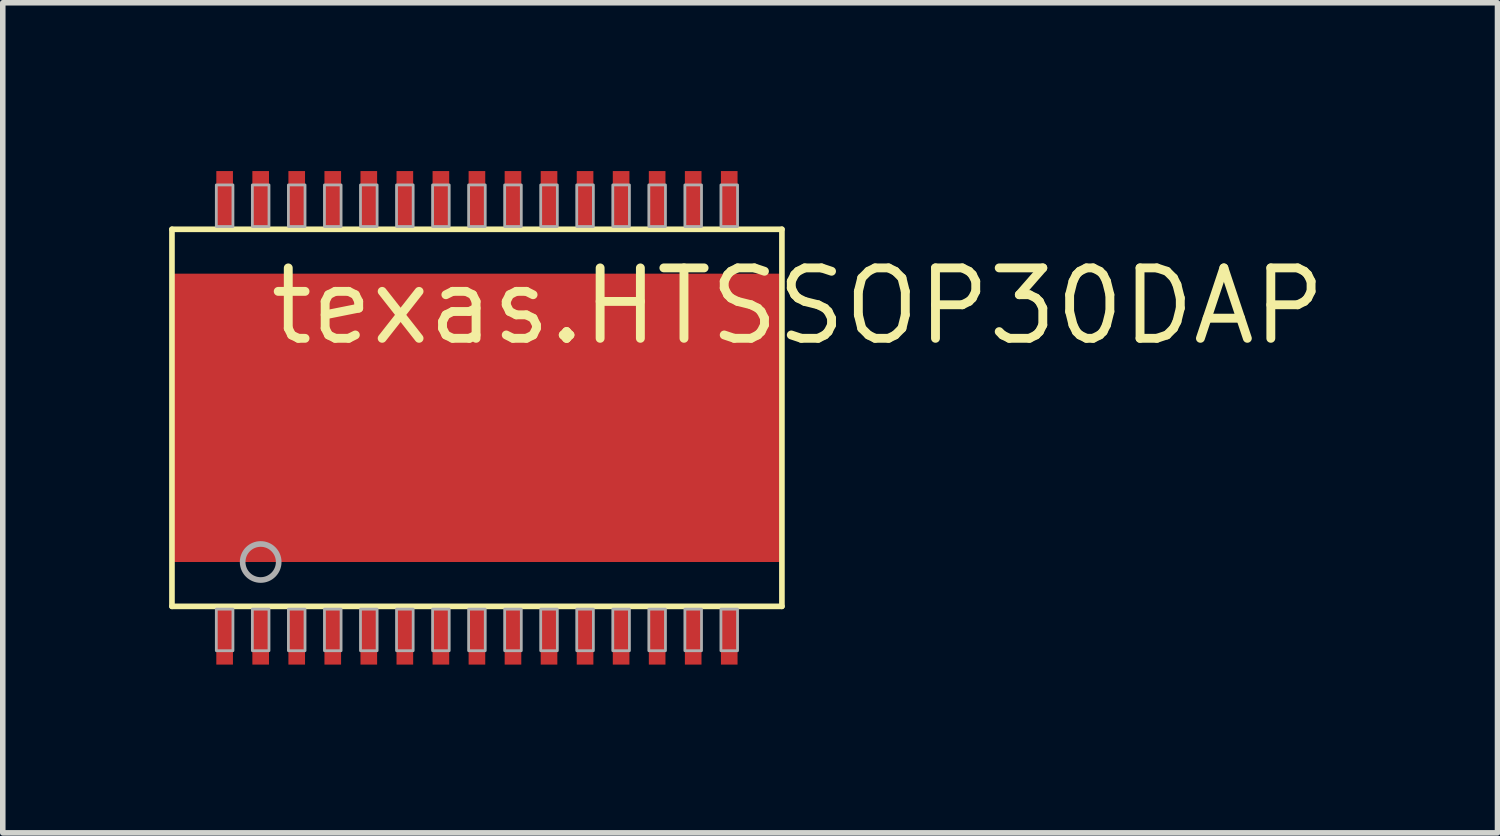
<source format=kicad_pcb>
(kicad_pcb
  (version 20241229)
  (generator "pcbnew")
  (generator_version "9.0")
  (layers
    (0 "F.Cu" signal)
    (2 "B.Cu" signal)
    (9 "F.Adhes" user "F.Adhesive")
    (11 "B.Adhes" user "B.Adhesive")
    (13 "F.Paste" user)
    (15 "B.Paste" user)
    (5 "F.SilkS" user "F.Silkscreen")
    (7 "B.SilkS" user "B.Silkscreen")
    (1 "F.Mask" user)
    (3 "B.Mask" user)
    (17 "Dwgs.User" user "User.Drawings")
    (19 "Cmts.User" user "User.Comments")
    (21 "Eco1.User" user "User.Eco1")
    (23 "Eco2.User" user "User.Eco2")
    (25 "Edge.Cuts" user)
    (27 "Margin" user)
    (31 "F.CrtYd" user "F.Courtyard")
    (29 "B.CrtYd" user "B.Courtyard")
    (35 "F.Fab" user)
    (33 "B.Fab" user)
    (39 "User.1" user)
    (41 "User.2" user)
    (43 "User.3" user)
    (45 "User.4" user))
  (footprint "texas.HTSSOP30DAP"
    (layer "F.Cu")
    (at 5.551 4.485)
    (property "Reference" "texas.HTSSOP30DAP" (at -3.81 -1.27 0) (layer "F.SilkS") (effects (font (size 1.27 1.27) (thickness 0.16)) (justify left bottom)))
    (attr smd)
    (fp_rect (start -5.5 2.6) (end 5.5 -2.6) (stroke (width 0.05) (type default)) (fill yes) (layer "F.Mask"))
    (fp_rect (start -4.71 -3.44) (end -4.39 -4.46) (stroke (width 0.05) (type default)) (fill yes) (layer "F.Mask"))
    (fp_rect (start -4.71 4.46) (end -4.39 3.44) (stroke (width 0.05) (type default)) (fill yes) (layer "F.Mask"))
    (fp_rect (start -4.695 -3.455) (end -4.405 -4.445) (stroke (width 0.05) (type default)) (fill yes) (layer "F.Mask"))
    (fp_rect (start -4.695 4.445) (end -4.405 3.455) (stroke (width 0.05) (type default)) (fill yes) (layer "F.Mask"))
    (fp_rect (start -4.06 -3.44) (end -3.74 -4.46) (stroke (width 0.05) (type default)) (fill yes) (layer "F.Mask"))
    (fp_rect (start -4.06 4.46) (end -3.74 3.44) (stroke (width 0.05) (type default)) (fill yes) (layer "F.Mask"))
    (fp_rect (start -4.045 -3.455) (end -3.755 -4.445) (stroke (width 0.05) (type default)) (fill yes) (layer "F.Mask"))
    (fp_rect (start -4.045 4.445) (end -3.755 3.455) (stroke (width 0.05) (type default)) (fill yes) (layer "F.Mask"))
    (fp_rect (start -3.41 -3.44) (end -3.09 -4.46) (stroke (width 0.05) (type default)) (fill yes) (layer "F.Mask"))
    (fp_rect (start -3.41 4.46) (end -3.09 3.44) (stroke (width 0.05) (type default)) (fill yes) (layer "F.Mask"))
    (fp_rect (start -3.395 -3.455) (end -3.105 -4.445) (stroke (width 0.05) (type default)) (fill yes) (layer "F.Mask"))
    (fp_rect (start -3.395 4.445) (end -3.105 3.455) (stroke (width 0.05) (type default)) (fill yes) (layer "F.Mask"))
    (fp_rect (start -2.76 -3.44) (end -2.44 -4.46) (stroke (width 0.05) (type default)) (fill yes) (layer "F.Mask"))
    (fp_rect (start -2.76 4.46) (end -2.44 3.44) (stroke (width 0.05) (type default)) (fill yes) (layer "F.Mask"))
    (fp_rect (start -2.745 -3.455) (end -2.455 -4.445) (stroke (width 0.05) (type default)) (fill yes) (layer "F.Mask"))
    (fp_rect (start -2.745 4.445) (end -2.455 3.455) (stroke (width 0.05) (type default)) (fill yes) (layer "F.Mask"))
    (fp_rect (start -2.11 -3.44) (end -1.79 -4.46) (stroke (width 0.05) (type default)) (fill yes) (layer "F.Mask"))
    (fp_rect (start -2.11 4.46) (end -1.79 3.44) (stroke (width 0.05) (type default)) (fill yes) (layer "F.Mask"))
    (fp_rect (start -2.095 -3.455) (end -1.805 -4.445) (stroke (width 0.05) (type default)) (fill yes) (layer "F.Mask"))
    (fp_rect (start -2.095 4.445) (end -1.805 3.455) (stroke (width 0.05) (type default)) (fill yes) (layer "F.Mask"))
    (fp_rect (start -1.46 -3.44) (end -1.14 -4.46) (stroke (width 0.05) (type default)) (fill yes) (layer "F.Mask"))
    (fp_rect (start -1.46 4.46) (end -1.14 3.44) (stroke (width 0.05) (type default)) (fill yes) (layer "F.Mask"))
    (fp_rect (start -1.445 -3.455) (end -1.155 -4.445) (stroke (width 0.05) (type default)) (fill yes) (layer "F.Mask"))
    (fp_rect (start -1.445 4.445) (end -1.155 3.455) (stroke (width 0.05) (type default)) (fill yes) (layer "F.Mask"))
    (fp_rect (start -0.81 -3.44) (end -0.49 -4.46) (stroke (width 0.05) (type default)) (fill yes) (layer "F.Mask"))
    (fp_rect (start -0.81 4.46) (end -0.49 3.44) (stroke (width 0.05) (type default)) (fill yes) (layer "F.Mask"))
    (fp_rect (start -0.795 -3.455) (end -0.505 -4.445) (stroke (width 0.05) (type default)) (fill yes) (layer "F.Mask"))
    (fp_rect (start -0.795 4.445) (end -0.505 3.455) (stroke (width 0.05) (type default)) (fill yes) (layer "F.Mask"))
    (fp_rect (start -0.16 -3.44) (end 0.16 -4.46) (stroke (width 0.05) (type default)) (fill yes) (layer "F.Mask"))
    (fp_rect (start -0.16 4.46) (end 0.16 3.44) (stroke (width 0.05) (type default)) (fill yes) (layer "F.Mask"))
    (fp_rect (start -0.145 -3.455) (end 0.145 -4.445) (stroke (width 0.05) (type default)) (fill yes) (layer "F.Mask"))
    (fp_rect (start -0.145 4.445) (end 0.145 3.455) (stroke (width 0.05) (type default)) (fill yes) (layer "F.Mask"))
    (fp_rect (start 0.49 -3.44) (end 0.81 -4.46) (stroke (width 0.05) (type default)) (fill yes) (layer "F.Mask"))
    (fp_rect (start 0.49 4.46) (end 0.81 3.44) (stroke (width 0.05) (type default)) (fill yes) (layer "F.Mask"))
    (fp_rect (start 0.505 -3.455) (end 0.795 -4.445) (stroke (width 0.05) (type default)) (fill yes) (layer "F.Mask"))
    (fp_rect (start 0.505 4.445) (end 0.795 3.455) (stroke (width 0.05) (type default)) (fill yes) (layer "F.Mask"))
    (fp_rect (start 1.14 -3.44) (end 1.46 -4.46) (stroke (width 0.05) (type default)) (fill yes) (layer "F.Mask"))
    (fp_rect (start 1.14 4.46) (end 1.46 3.44) (stroke (width 0.05) (type default)) (fill yes) (layer "F.Mask"))
    (fp_rect (start 1.155 -3.455) (end 1.445 -4.445) (stroke (width 0.05) (type default)) (fill yes) (layer "F.Mask"))
    (fp_rect (start 1.155 4.445) (end 1.445 3.455) (stroke (width 0.05) (type default)) (fill yes) (layer "F.Mask"))
    (fp_rect (start 1.79 -3.44) (end 2.11 -4.46) (stroke (width 0.05) (type default)) (fill yes) (layer "F.Mask"))
    (fp_rect (start 1.79 4.46) (end 2.11 3.44) (stroke (width 0.05) (type default)) (fill yes) (layer "F.Mask"))
    (fp_rect (start 1.805 -3.455) (end 2.095 -4.445) (stroke (width 0.05) (type default)) (fill yes) (layer "F.Mask"))
    (fp_rect (start 1.805 4.445) (end 2.095 3.455) (stroke (width 0.05) (type default)) (fill yes) (layer "F.Mask"))
    (fp_rect (start 2.44 -3.44) (end 2.76 -4.46) (stroke (width 0.05) (type default)) (fill yes) (layer "F.Mask"))
    (fp_rect (start 2.44 4.46) (end 2.76 3.44) (stroke (width 0.05) (type default)) (fill yes) (layer "F.Mask"))
    (fp_rect (start 2.455 -3.455) (end 2.745 -4.445) (stroke (width 0.05) (type default)) (fill yes) (layer "F.Mask"))
    (fp_rect (start 2.455 4.445) (end 2.745 3.455) (stroke (width 0.05) (type default)) (fill yes) (layer "F.Mask"))
    (fp_rect (start 3.09 -3.44) (end 3.41 -4.46) (stroke (width 0.05) (type default)) (fill yes) (layer "F.Mask"))
    (fp_rect (start 3.09 4.46) (end 3.41 3.44) (stroke (width 0.05) (type default)) (fill yes) (layer "F.Mask"))
    (fp_rect (start 3.105 -3.455) (end 3.395 -4.445) (stroke (width 0.05) (type default)) (fill yes) (layer "F.Mask"))
    (fp_rect (start 3.105 4.445) (end 3.395 3.455) (stroke (width 0.05) (type default)) (fill yes) (layer "F.Mask"))
    (fp_rect (start 3.74 -3.44) (end 4.06 -4.46) (stroke (width 0.05) (type default)) (fill yes) (layer "F.Mask"))
    (fp_rect (start 3.74 4.46) (end 4.06 3.44) (stroke (width 0.05) (type default)) (fill yes) (layer "F.Mask"))
    (fp_rect (start 3.755 -3.455) (end 4.045 -4.445) (stroke (width 0.05) (type default)) (fill yes) (layer "F.Mask"))
    (fp_rect (start 3.755 4.445) (end 4.045 3.455) (stroke (width 0.05) (type default)) (fill yes) (layer "F.Mask"))
    (fp_rect (start 4.39 -3.44) (end 4.71 -4.46) (stroke (width 0.05) (type default)) (fill yes) (layer "F.Mask"))
    (fp_rect (start 4.39 4.46) (end 4.71 3.44) (stroke (width 0.05) (type default)) (fill yes) (layer "F.Mask"))
    (fp_rect (start 4.405 -3.455) (end 4.695 -4.445) (stroke (width 0.05) (type default)) (fill yes) (layer "F.Mask"))
    (fp_rect (start 4.405 4.445) (end 4.695 3.455) (stroke (width 0.05) (type default)) (fill yes) (layer "F.Mask"))
    (fp_line (start -5.5 -3.4) (end 5.5 -3.4) (stroke (width 0.102) (type default)) (layer "F.SilkS"))
    (fp_line (start -5.5 3.4) (end -5.5 -3.4) (stroke (width 0.102) (type default)) (layer "F.SilkS"))
    (fp_line (start 5.5 -3.4) (end 5.5 3.4) (stroke (width 0.102) (type default)) (layer "F.SilkS"))
    (fp_line (start 5.5 3.4) (end -5.5 3.4) (stroke (width 0.102) (type default)) (layer "F.SilkS"))
    (fp_rect (start -4.7 -3.45) (end -4.4 -4.2) (stroke (width 0.05) (type default)) (fill no) (layer "F.Fab"))
    (fp_rect (start -4.7 4.2) (end -4.4 3.45) (stroke (width 0.05) (type default)) (fill no) (layer "F.Fab"))
    (fp_rect (start -4.05 -3.45) (end -3.75 -4.2) (stroke (width 0.05) (type default)) (fill no) (layer "F.Fab"))
    (fp_rect (start -4.05 4.2) (end -3.75 3.45) (stroke (width 0.05) (type default)) (fill no) (layer "F.Fab"))
    (fp_rect (start -3.4 -3.45) (end -3.1 -4.2) (stroke (width 0.05) (type default)) (fill no) (layer "F.Fab"))
    (fp_rect (start -3.4 4.2) (end -3.1 3.45) (stroke (width 0.05) (type default)) (fill no) (layer "F.Fab"))
    (fp_rect (start -2.75 -3.45) (end -2.45 -4.2) (stroke (width 0.05) (type default)) (fill no) (layer "F.Fab"))
    (fp_rect (start -2.75 4.2) (end -2.45 3.45) (stroke (width 0.05) (type default)) (fill no) (layer "F.Fab"))
    (fp_rect (start -2.1 -3.45) (end -1.8 -4.2) (stroke (width 0.05) (type default)) (fill no) (layer "F.Fab"))
    (fp_rect (start -2.1 4.2) (end -1.8 3.45) (stroke (width 0.05) (type default)) (fill no) (layer "F.Fab"))
    (fp_rect (start -1.45 -3.45) (end -1.15 -4.2) (stroke (width 0.05) (type default)) (fill no) (layer "F.Fab"))
    (fp_rect (start -1.45 4.2) (end -1.15 3.45) (stroke (width 0.05) (type default)) (fill no) (layer "F.Fab"))
    (fp_rect (start -0.8 -3.45) (end -0.5 -4.2) (stroke (width 0.05) (type default)) (fill no) (layer "F.Fab"))
    (fp_rect (start -0.8 4.2) (end -0.5 3.45) (stroke (width 0.05) (type default)) (fill no) (layer "F.Fab"))
    (fp_rect (start -0.15 -3.45) (end 0.15 -4.2) (stroke (width 0.05) (type default)) (fill no) (layer "F.Fab"))
    (fp_rect (start -0.15 4.2) (end 0.15 3.45) (stroke (width 0.05) (type default)) (fill no) (layer "F.Fab"))
    (fp_rect (start 0.5 -3.45) (end 0.8 -4.2) (stroke (width 0.05) (type default)) (fill no) (layer "F.Fab"))
    (fp_rect (start 0.5 4.2) (end 0.8 3.45) (stroke (width 0.05) (type default)) (fill no) (layer "F.Fab"))
    (fp_rect (start 1.15 -3.45) (end 1.45 -4.2) (stroke (width 0.05) (type default)) (fill no) (layer "F.Fab"))
    (fp_rect (start 1.15 4.2) (end 1.45 3.45) (stroke (width 0.05) (type default)) (fill no) (layer "F.Fab"))
    (fp_rect (start 1.8 -3.45) (end 2.1 -4.2) (stroke (width 0.05) (type default)) (fill no) (layer "F.Fab"))
    (fp_rect (start 1.8 4.2) (end 2.1 3.45) (stroke (width 0.05) (type default)) (fill no) (layer "F.Fab"))
    (fp_rect (start 2.45 -3.45) (end 2.75 -4.2) (stroke (width 0.05) (type default)) (fill no) (layer "F.Fab"))
    (fp_rect (start 2.45 4.2) (end 2.75 3.45) (stroke (width 0.05) (type default)) (fill no) (layer "F.Fab"))
    (fp_rect (start 3.1 -3.45) (end 3.4 -4.2) (stroke (width 0.05) (type default)) (fill no) (layer "F.Fab"))
    (fp_rect (start 3.1 4.2) (end 3.4 3.45) (stroke (width 0.05) (type default)) (fill no) (layer "F.Fab"))
    (fp_rect (start 3.75 -3.45) (end 4.05 -4.2) (stroke (width 0.05) (type default)) (fill no) (layer "F.Fab"))
    (fp_rect (start 3.75 4.2) (end 4.05 3.45) (stroke (width 0.05) (type default)) (fill no) (layer "F.Fab"))
    (fp_rect (start 4.4 -3.45) (end 4.7 -4.2) (stroke (width 0.05) (type default)) (fill no) (layer "F.Fab"))
    (fp_rect (start 4.4 4.2) (end 4.7 3.45) (stroke (width 0.05) (type default)) (fill no) (layer "F.Fab"))
    (fp_circle (center -3.9 2.6) (end -3.575 2.6) (stroke (width 0.102) (type default)) (fill no) (layer "F.Fab"))
    (pad "1" smd roundrect (at -4.55 3.95) (size 0.3 1) (layers "F.Cu" "F.Mask" "F.Paste") (roundrect_rratio 0.01))
    (pad "2" smd roundrect (at -3.9 3.95) (size 0.3 1) (layers "F.Cu" "F.Mask" "F.Paste") (roundrect_rratio 0.01))
    (pad "3" smd roundrect (at -3.25 3.95) (size 0.3 1) (layers "F.Cu" "F.Mask" "F.Paste") (roundrect_rratio 0.01))
    (pad "4" smd roundrect (at -2.6 3.95) (size 0.3 1) (layers "F.Cu" "F.Mask" "F.Paste") (roundrect_rratio 0.01))
    (pad "5" smd roundrect (at -1.95 3.95) (size 0.3 1) (layers "F.Cu" "F.Mask" "F.Paste") (roundrect_rratio 0.01))
    (pad "6" smd roundrect (at -1.3 3.95) (size 0.3 1) (layers "F.Cu" "F.Mask" "F.Paste") (roundrect_rratio 0.01))
    (pad "7" smd roundrect (at -0.65 3.95) (size 0.3 1) (layers "F.Cu" "F.Mask" "F.Paste") (roundrect_rratio 0.01))
    (pad "8" smd roundrect (at 0 3.95) (size 0.3 1) (layers "F.Cu" "F.Mask" "F.Paste") (roundrect_rratio 0.01))
    (pad "9" smd roundrect (at 0.65 3.95) (size 0.3 1) (layers "F.Cu" "F.Mask" "F.Paste") (roundrect_rratio 0.01))
    (pad "10" smd roundrect (at 1.3 3.95) (size 0.3 1) (layers "F.Cu" "F.Mask" "F.Paste") (roundrect_rratio 0.01))
    (pad "11" smd roundrect (at 1.95 3.95) (size 0.3 1) (layers "F.Cu" "F.Mask" "F.Paste") (roundrect_rratio 0.01))
    (pad "12" smd roundrect (at 2.6 3.95) (size 0.3 1) (layers "F.Cu" "F.Mask" "F.Paste") (roundrect_rratio 0.01))
    (pad "13" smd roundrect (at 3.25 3.95) (size 0.3 1) (layers "F.Cu" "F.Mask" "F.Paste") (roundrect_rratio 0.01))
    (pad "14" smd roundrect (at 3.9 3.95) (size 0.3 1) (layers "F.Cu" "F.Mask" "F.Paste") (roundrect_rratio 0.01))
    (pad "15" smd roundrect (at 4.55 3.95) (size 0.3 1) (layers "F.Cu" "F.Mask" "F.Paste") (roundrect_rratio 0.01))
    (pad "16" smd roundrect (at 4.55 -3.95 180) (size 0.3 1) (layers "F.Cu" "F.Mask" "F.Paste") (roundrect_rratio 0.01))
    (pad "17" smd roundrect (at 3.9 -3.95 180) (size 0.3 1) (layers "F.Cu" "F.Mask" "F.Paste") (roundrect_rratio 0.01))
    (pad "18" smd roundrect (at 3.25 -3.95 180) (size 0.3 1) (layers "F.Cu" "F.Mask" "F.Paste") (roundrect_rratio 0.01))
    (pad "19" smd roundrect (at 2.6 -3.95 180) (size 0.3 1) (layers "F.Cu" "F.Mask" "F.Paste") (roundrect_rratio 0.01))
    (pad "20" smd roundrect (at 1.95 -3.95 180) (size 0.3 1) (layers "F.Cu" "F.Mask" "F.Paste") (roundrect_rratio 0.01))
    (pad "21" smd roundrect (at 1.3 -3.95 180) (size 0.3 1) (layers "F.Cu" "F.Mask" "F.Paste") (roundrect_rratio 0.01))
    (pad "22" smd roundrect (at 0.65 -3.95 180) (size 0.3 1) (layers "F.Cu" "F.Mask" "F.Paste") (roundrect_rratio 0.01))
    (pad "23" smd roundrect (at 0 -3.95 180) (size 0.3 1) (layers "F.Cu" "F.Mask" "F.Paste") (roundrect_rratio 0.01))
    (pad "24" smd roundrect (at -0.65 -3.95 180) (size 0.3 1) (layers "F.Cu" "F.Mask" "F.Paste") (roundrect_rratio 0.01))
    (pad "25" smd roundrect (at -1.3 -3.95 180) (size 0.3 1) (layers "F.Cu" "F.Mask" "F.Paste") (roundrect_rratio 0.01))
    (pad "26" smd roundrect (at -1.95 -3.95 180) (size 0.3 1) (layers "F.Cu" "F.Mask" "F.Paste") (roundrect_rratio 0.01))
    (pad "27" smd roundrect (at -2.6 -3.95 180) (size 0.3 1) (layers "F.Cu" "F.Mask" "F.Paste") (roundrect_rratio 0.01))
    (pad "28" smd roundrect (at -3.25 -3.95 180) (size 0.3 1) (layers "F.Cu" "F.Mask" "F.Paste") (roundrect_rratio 0.01))
    (pad "29" smd roundrect (at -3.9 -3.95 180) (size 0.3 1) (layers "F.Cu" "F.Mask" "F.Paste") (roundrect_rratio 0.01))
    (pad "30" smd roundrect (at -4.55 -3.95 180) (size 0.3 1) (layers "F.Cu" "F.Mask" "F.Paste") (roundrect_rratio 0.01))
    (pad "EXP" smd roundrect (at 0 0) (size 11 5.2) (layers "F.Cu" "F.Mask" "F.Paste") (roundrect_rratio 0.01)))
  (gr_rect
    (start -3 -3)
    (end 23.956 11.97)
    (stroke (width 0.1) (type default))
    (fill no)
    (layer "Edge.Cuts")))
</source>
